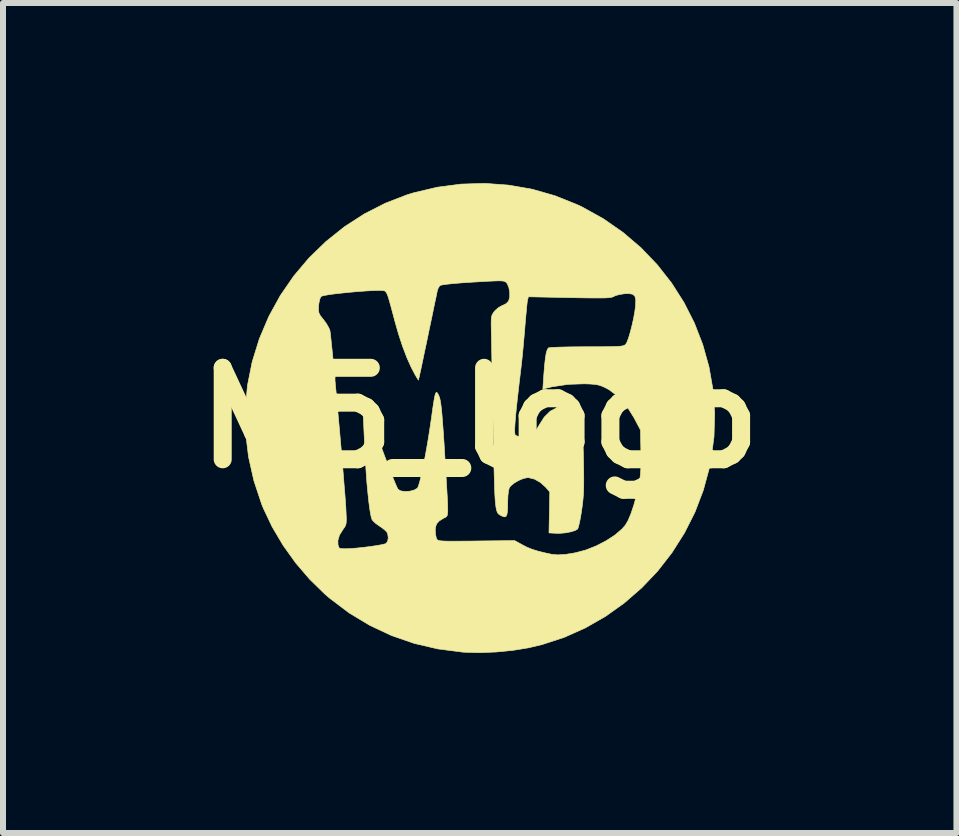
<source format=kicad_pcb>
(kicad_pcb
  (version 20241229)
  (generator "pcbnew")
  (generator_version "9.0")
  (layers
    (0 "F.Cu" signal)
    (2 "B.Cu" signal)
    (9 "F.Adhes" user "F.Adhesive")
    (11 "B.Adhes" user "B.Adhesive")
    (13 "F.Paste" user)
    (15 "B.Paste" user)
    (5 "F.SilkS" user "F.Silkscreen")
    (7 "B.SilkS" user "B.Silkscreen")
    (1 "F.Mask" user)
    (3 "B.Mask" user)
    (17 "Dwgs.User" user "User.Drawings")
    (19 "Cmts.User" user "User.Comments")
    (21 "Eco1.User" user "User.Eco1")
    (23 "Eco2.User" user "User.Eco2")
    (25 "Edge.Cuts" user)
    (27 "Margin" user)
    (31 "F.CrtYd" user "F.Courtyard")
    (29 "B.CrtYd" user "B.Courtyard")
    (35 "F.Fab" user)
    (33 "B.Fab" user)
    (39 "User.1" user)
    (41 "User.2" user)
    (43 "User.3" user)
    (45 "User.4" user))
  (footprint "M5_logo"
    (layer "F.Cu")
    (at 4.942 3.912)
    (property "Reference" "M5_logo" (at 0 0 0) (layer "F.SilkS") (effects (font (size 1.524 1.524) (thickness 0.3))))
    (attr through_hole)
    (fp_poly (pts (xy 0.482 -3.878) (xy 0.873 -3.81) (xy 1.254 -3.701) (xy 1.623 -3.553) (xy 1.704 -3.515) (xy 2.059 -3.318) (xy 2.387 -3.09) (xy 2.686 -2.835) (xy 2.956 -2.553) (xy 3.195 -2.249) (xy 3.402 -1.924) (xy 3.576 -1.581) (xy 3.715 -1.223) (xy 3.819 -0.852) (xy 3.886 -0.471) (xy 3.914 -0.082) (xy 3.903 0.312) (xy 3.851 0.709) (xy 3.828 0.826) (xy 3.725 1.205) (xy 3.586 1.57) (xy 3.411 1.917) (xy 3.203 2.245) (xy 2.966 2.55) (xy 2.7 2.83) (xy 2.409 3.083) (xy 2.095 3.307) (xy 1.761 3.498) (xy 1.408 3.656) (xy 1.04 3.776) (xy 0.814 3.83) (xy 0.551 3.873) (xy 0.275 3.9) (xy 0.001 3.911) (xy -0.254 3.904) (xy -0.286 3.902) (xy -0.696 3.849) (xy -1.091 3.757) (xy -1.47 3.626) (xy -1.832 3.456) (xy -2.176 3.249) (xy -2.501 3.003) (xy -2.58 2.935) (xy -2.831 2.69) (xy -3.066 2.416) (xy -3.277 2.121) (xy -3.459 1.813) (xy -3.607 1.501) (xy -3.632 1.439) (xy -3.763 1.044) (xy -3.852 0.647) (xy -3.9 0.249) (xy -3.905 -0.147) (xy -3.869 -0.542) (xy -3.791 -0.933) (xy -3.671 -1.319) (xy -3.514 -1.689) (xy -3.453 -1.8) (xy -2.687 -1.8) (xy -2.68 -1.752) (xy -2.659 -1.708) (xy -2.616 -1.653) (xy -2.605 -1.64) (xy -2.555 -1.572) (xy -2.515 -1.503) (xy -2.497 -1.46) (xy -2.491 -1.427) (xy -2.483 -1.356) (xy -2.472 -1.251) (xy -2.458 -1.116) (xy -2.442 -0.957) (xy -2.425 -0.776) (xy -2.407 -0.578) (xy -2.387 -0.369) (xy -2.368 -0.15) (xy -2.348 0.072) (xy -2.328 0.294) (xy -2.309 0.512) (xy -2.292 0.72) (xy -2.275 0.916) (xy -2.261 1.095) (xy -2.248 1.252) (xy -2.238 1.384) (xy -2.231 1.486) (xy -2.229 1.528) (xy -2.224 1.634) (xy -2.222 1.708) (xy -2.226 1.757) (xy -2.235 1.792) (xy -2.252 1.822) (xy -2.272 1.85) (xy -2.336 1.951) (xy -2.363 2.042) (xy -2.361 2.111) (xy -2.351 2.15) (xy -2.335 2.171) (xy -2.3 2.179) (xy -2.236 2.18) (xy -2.226 2.18) (xy -2.15 2.177) (xy -2.053 2.169) (xy -1.944 2.158) (xy -1.833 2.144) (xy -1.729 2.129) (xy -1.642 2.114) (xy -1.582 2.1) (xy -1.563 2.094) (xy -1.534 2.057) (xy -1.524 1.998) (xy -1.533 1.933) (xy -1.545 1.906) (xy -1.574 1.874) (xy -1.626 1.832) (xy -1.672 1.801) (xy -1.734 1.757) (xy -1.78 1.713) (xy -1.797 1.688) (xy -1.813 1.628) (xy -1.83 1.532) (xy -1.847 1.405) (xy -1.863 1.255) (xy -1.879 1.087) (xy -1.892 0.907) (xy -1.904 0.722) (xy -1.907 0.667) (xy -1.918 0.438) (xy -1.927 0.248) (xy -1.934 0.093) (xy -1.939 -0.03) (xy -1.943 -0.124) (xy -1.945 -0.194) (xy -1.945 -0.242) (xy -1.945 -0.272) (xy -1.942 -0.288) (xy -1.939 -0.293) (xy -1.936 -0.291) (xy -1.925 -0.268) (xy -1.901 -0.21) (xy -1.866 -0.121) (xy -1.823 -0.006) (xy -1.771 0.13) (xy -1.714 0.283) (xy -1.657 0.438) (xy -1.596 0.605) (xy -1.537 0.759) (xy -1.484 0.898) (xy -1.438 1.015) (xy -1.4 1.107) (xy -1.373 1.167) (xy -1.359 1.192) (xy -1.313 1.217) (xy -1.243 1.226) (xy -1.163 1.221) (xy -1.091 1.202) (xy -1.04 1.172) (xy -1.035 1.167) (xy -1.019 1.13) (xy -0.998 1.058) (xy -0.973 0.955) (xy -0.945 0.826) (xy -0.916 0.679) (xy -0.886 0.517) (xy -0.857 0.347) (xy -0.83 0.175) (xy -0.805 0.006) (xy -0.804 0) (xy -0.783 -0.155) (xy -0.765 -0.271) (xy -0.751 -0.352) (xy -0.738 -0.402) (xy -0.725 -0.424) (xy -0.711 -0.422) (xy -0.696 -0.4) (xy -0.679 -0.365) (xy -0.668 -0.335) (xy -0.658 -0.292) (xy -0.648 -0.231) (xy -0.638 -0.151) (xy -0.628 -0.046) (xy -0.618 0.085) (xy -0.606 0.247) (xy -0.593 0.442) (xy -0.579 0.675) (xy -0.572 0.793) (xy -0.559 1.003) (xy -0.549 1.175) (xy -0.541 1.313) (xy -0.536 1.42) (xy -0.533 1.501) (xy -0.533 1.56) (xy -0.537 1.6) (xy -0.542 1.626) (xy -0.552 1.642) (xy -0.564 1.652) (xy -0.579 1.66) (xy -0.596 1.668) (xy -0.674 1.716) (xy -0.718 1.765) (xy -0.738 1.825) (xy -0.741 1.875) (xy -0.736 1.944) (xy -0.723 2.001) (xy -0.718 2.015) (xy -0.71 2.027) (xy -0.698 2.037) (xy -0.678 2.044) (xy -0.644 2.049) (xy -0.593 2.052) (xy -0.519 2.054) (xy -0.418 2.054) (xy -0.285 2.053) (xy -0.116 2.052) (xy -0.056 2.051) (xy 0.582 2.044) (xy 0.72 2.12) (xy 0.795 2.158) (xy 0.876 2.19) (xy 0.972 2.22) (xy 1.094 2.25) (xy 1.196 2.272) (xy 1.3 2.282) (xy 1.432 2.274) (xy 1.595 2.247) (xy 1.603 2.245) (xy 1.773 2.199) (xy 1.944 2.131) (xy 2.106 2.047) (xy 2.251 1.953) (xy 2.369 1.852) (xy 2.424 1.79) (xy 2.471 1.711) (xy 2.519 1.597) (xy 2.567 1.454) (xy 2.612 1.289) (xy 2.645 1.139) (xy 2.664 1.043) (xy 2.676 0.956) (xy 2.683 0.866) (xy 2.686 0.763) (xy 2.686 0.635) (xy 2.685 0.557) (xy 2.678 0.201) (xy 2.572 0) (xy 2.451 -0.194) (xy 2.313 -0.35) (xy 2.159 -0.467) (xy 2.103 -0.498) (xy 2.043 -0.526) (xy 1.989 -0.545) (xy 1.929 -0.557) (xy 1.85 -0.564) (xy 1.744 -0.568) (xy 1.471 -0.559) (xy 1.201 -0.518) (xy 1.103 -0.494) (xy 1.052 -0.48) (xy 1.067 -0.707) (xy 1.08 -0.872) (xy 1.094 -0.997) (xy 1.109 -1.086) (xy 1.127 -1.141) (xy 1.145 -1.166) (xy 1.174 -1.171) (xy 1.238 -1.175) (xy 1.334 -1.179) (xy 1.455 -1.182) (xy 1.596 -1.184) (xy 1.752 -1.185) (xy 1.783 -1.185) (xy 1.961 -1.185) (xy 2.1 -1.186) (xy 2.207 -1.188) (xy 2.287 -1.19) (xy 2.343 -1.194) (xy 2.382 -1.2) (xy 2.407 -1.208) (xy 2.423 -1.218) (xy 2.432 -1.225) (xy 2.454 -1.264) (xy 2.481 -1.336) (xy 2.509 -1.431) (xy 2.537 -1.54) (xy 2.563 -1.656) (xy 2.583 -1.767) (xy 2.596 -1.866) (xy 2.596 -1.868) (xy 2.6 -1.965) (xy 2.585 -2.028) (xy 2.546 -2.061) (xy 2.478 -2.072) (xy 2.408 -2.068) (xy 2.331 -2.056) (xy 2.264 -2.038) (xy 2.234 -2.024) (xy 2.216 -2.015) (xy 2.189 -2.008) (xy 2.15 -2.003) (xy 2.093 -1.999) (xy 2.014 -1.998) (xy 1.909 -1.998) (xy 1.772 -1.999) (xy 1.601 -2.002) (xy 1.497 -2.004) (xy 0.811 -2.018) (xy 0.797 -1.964) (xy 0.791 -1.927) (xy 0.783 -1.855) (xy 0.774 -1.756) (xy 0.763 -1.638) (xy 0.752 -1.507) (xy 0.752 -1.501) (xy 0.739 -1.351) (xy 0.725 -1.194) (xy 0.711 -1.044) (xy 0.697 -0.914) (xy 0.688 -0.836) (xy 0.657 -0.577) (xy 0.632 -0.358) (xy 0.612 -0.175) (xy 0.597 -0.026) (xy 0.588 0.09) (xy 0.583 0.177) (xy 0.583 0.238) (xy 0.587 0.274) (xy 0.592 0.285) (xy 0.63 0.305) (xy 0.694 0.316) (xy 0.767 0.317) (xy 0.834 0.308) (xy 0.868 0.296) (xy 0.897 0.268) (xy 0.936 0.212) (xy 0.978 0.141) (xy 0.986 0.127) (xy 1.075 -0.013) (xy 1.174 -0.111) (xy 1.283 -0.168) (xy 1.403 -0.185) (xy 1.464 -0.179) (xy 1.527 -0.164) (xy 1.579 -0.141) (xy 1.621 -0.104) (xy 1.654 -0.05) (xy 1.679 0.024) (xy 1.698 0.123) (xy 1.711 0.251) (xy 1.721 0.411) (xy 1.727 0.609) (xy 1.729 0.709) (xy 1.732 0.888) (xy 1.733 1.033) (xy 1.732 1.152) (xy 1.729 1.252) (xy 1.722 1.342) (xy 1.713 1.43) (xy 1.7 1.524) (xy 1.698 1.54) (xy 1.681 1.646) (xy 1.663 1.739) (xy 1.646 1.809) (xy 1.633 1.848) (xy 1.631 1.851) (xy 1.59 1.876) (xy 1.518 1.898) (xy 1.429 1.915) (xy 1.333 1.923) (xy 1.266 1.922) (xy 1.154 1.916) (xy 1.161 1.574) (xy 1.167 1.233) (xy 1.099 1.155) (xy 1.011 1.076) (xy 0.913 1.02) (xy 0.817 0.996) (xy 0.8 0.995) (xy 0.731 1.008) (xy 0.651 1.041) (xy 0.574 1.086) (xy 0.515 1.135) (xy 0.493 1.164) (xy 0.48 1.213) (xy 0.47 1.295) (xy 0.466 1.399) (xy 0.466 1.424) (xy 0.464 1.532) (xy 0.455 1.602) (xy 0.439 1.64) (xy 0.412 1.649) (xy 0.372 1.636) (xy 0.361 1.631) (xy 0.341 1.62) (xy 0.323 1.608) (xy 0.307 1.594) (xy 0.294 1.574) (xy 0.283 1.544) (xy 0.273 1.502) (xy 0.265 1.446) (xy 0.258 1.371) (xy 0.252 1.275) (xy 0.247 1.156) (xy 0.243 1.009) (xy 0.238 0.833) (xy 0.233 0.624) (xy 0.228 0.379) (xy 0.223 0.096) (xy 0.221 0.028) (xy 0.216 -0.223) (xy 0.212 -0.463) (xy 0.207 -0.69) (xy 0.203 -0.9) (xy 0.2 -1.089) (xy 0.197 -1.254) (xy 0.194 -1.389) (xy 0.192 -1.493) (xy 0.191 -1.56) (xy 0.191 -1.581) (xy 0.193 -1.659) (xy 0.204 -1.711) (xy 0.229 -1.755) (xy 0.253 -1.785) (xy 0.309 -1.835) (xy 0.37 -1.87) (xy 0.385 -1.876) (xy 0.443 -1.905) (xy 0.482 -1.948) (xy 0.5 -2.013) (xy 0.5 -2.096) (xy 0.484 -2.177) (xy 0.456 -2.24) (xy 0.446 -2.251) (xy 0.432 -2.264) (xy 0.415 -2.274) (xy 0.39 -2.28) (xy 0.352 -2.283) (xy 0.295 -2.283) (xy 0.214 -2.28) (xy 0.104 -2.275) (xy -0.041 -2.266) (xy -0.114 -2.262) (xy -0.295 -2.25) (xy -0.442 -2.238) (xy -0.554 -2.226) (xy -0.628 -2.215) (xy -0.662 -2.205) (xy -0.663 -2.205) (xy -0.69 -2.165) (xy -0.706 -2.121) (xy -0.713 -2.087) (xy -0.727 -2.017) (xy -0.749 -1.916) (xy -0.775 -1.79) (xy -0.805 -1.645) (xy -0.839 -1.485) (xy -0.856 -1.401) (xy -0.89 -1.237) (xy -0.923 -1.085) (xy -0.951 -0.949) (xy -0.975 -0.835) (xy -0.994 -0.749) (xy -1.005 -0.697) (xy -1.008 -0.684) (xy -1.022 -0.629) (xy -1.072 -0.711) (xy -1.141 -0.842) (xy -1.214 -1.005) (xy -1.285 -1.191) (xy -1.351 -1.392) (xy -1.41 -1.597) (xy -1.451 -1.752) (xy -1.483 -1.871) (xy -1.508 -1.96) (xy -1.527 -2.022) (xy -1.543 -2.064) (xy -1.557 -2.09) (xy -1.571 -2.106) (xy -1.586 -2.116) (xy -1.588 -2.117) (xy -1.623 -2.123) (xy -1.692 -2.124) (xy -1.788 -2.121) (xy -1.904 -2.114) (xy -2.031 -2.105) (xy -2.163 -2.093) (xy -2.293 -2.08) (xy -2.412 -2.067) (xy -2.514 -2.053) (xy -2.591 -2.039) (xy -2.636 -2.027) (xy -2.643 -2.022) (xy -2.663 -1.983) (xy -2.678 -1.917) (xy -2.684 -1.868) (xy -2.687 -1.8) (xy -3.453 -1.8) (xy -3.323 -2.037) (xy -3.098 -2.364) (xy -2.843 -2.666) (xy -2.56 -2.94) (xy -2.253 -3.185) (xy -1.923 -3.398) (xy -1.574 -3.576) (xy -1.21 -3.717) (xy -1.101 -3.75) (xy -0.708 -3.843) (xy -0.311 -3.895) (xy 0.087 -3.907) (xy 0.482 -3.878)) (stroke (width 0.01) (type solid)) (fill yes) (layer "F.SilkS")))
  (gr_rect
    (start -3 -3)
    (end 12.884 10.828)
    (stroke (width 0.1) (type default))
    (fill no)
    (layer "Edge.Cuts")))
</source>
